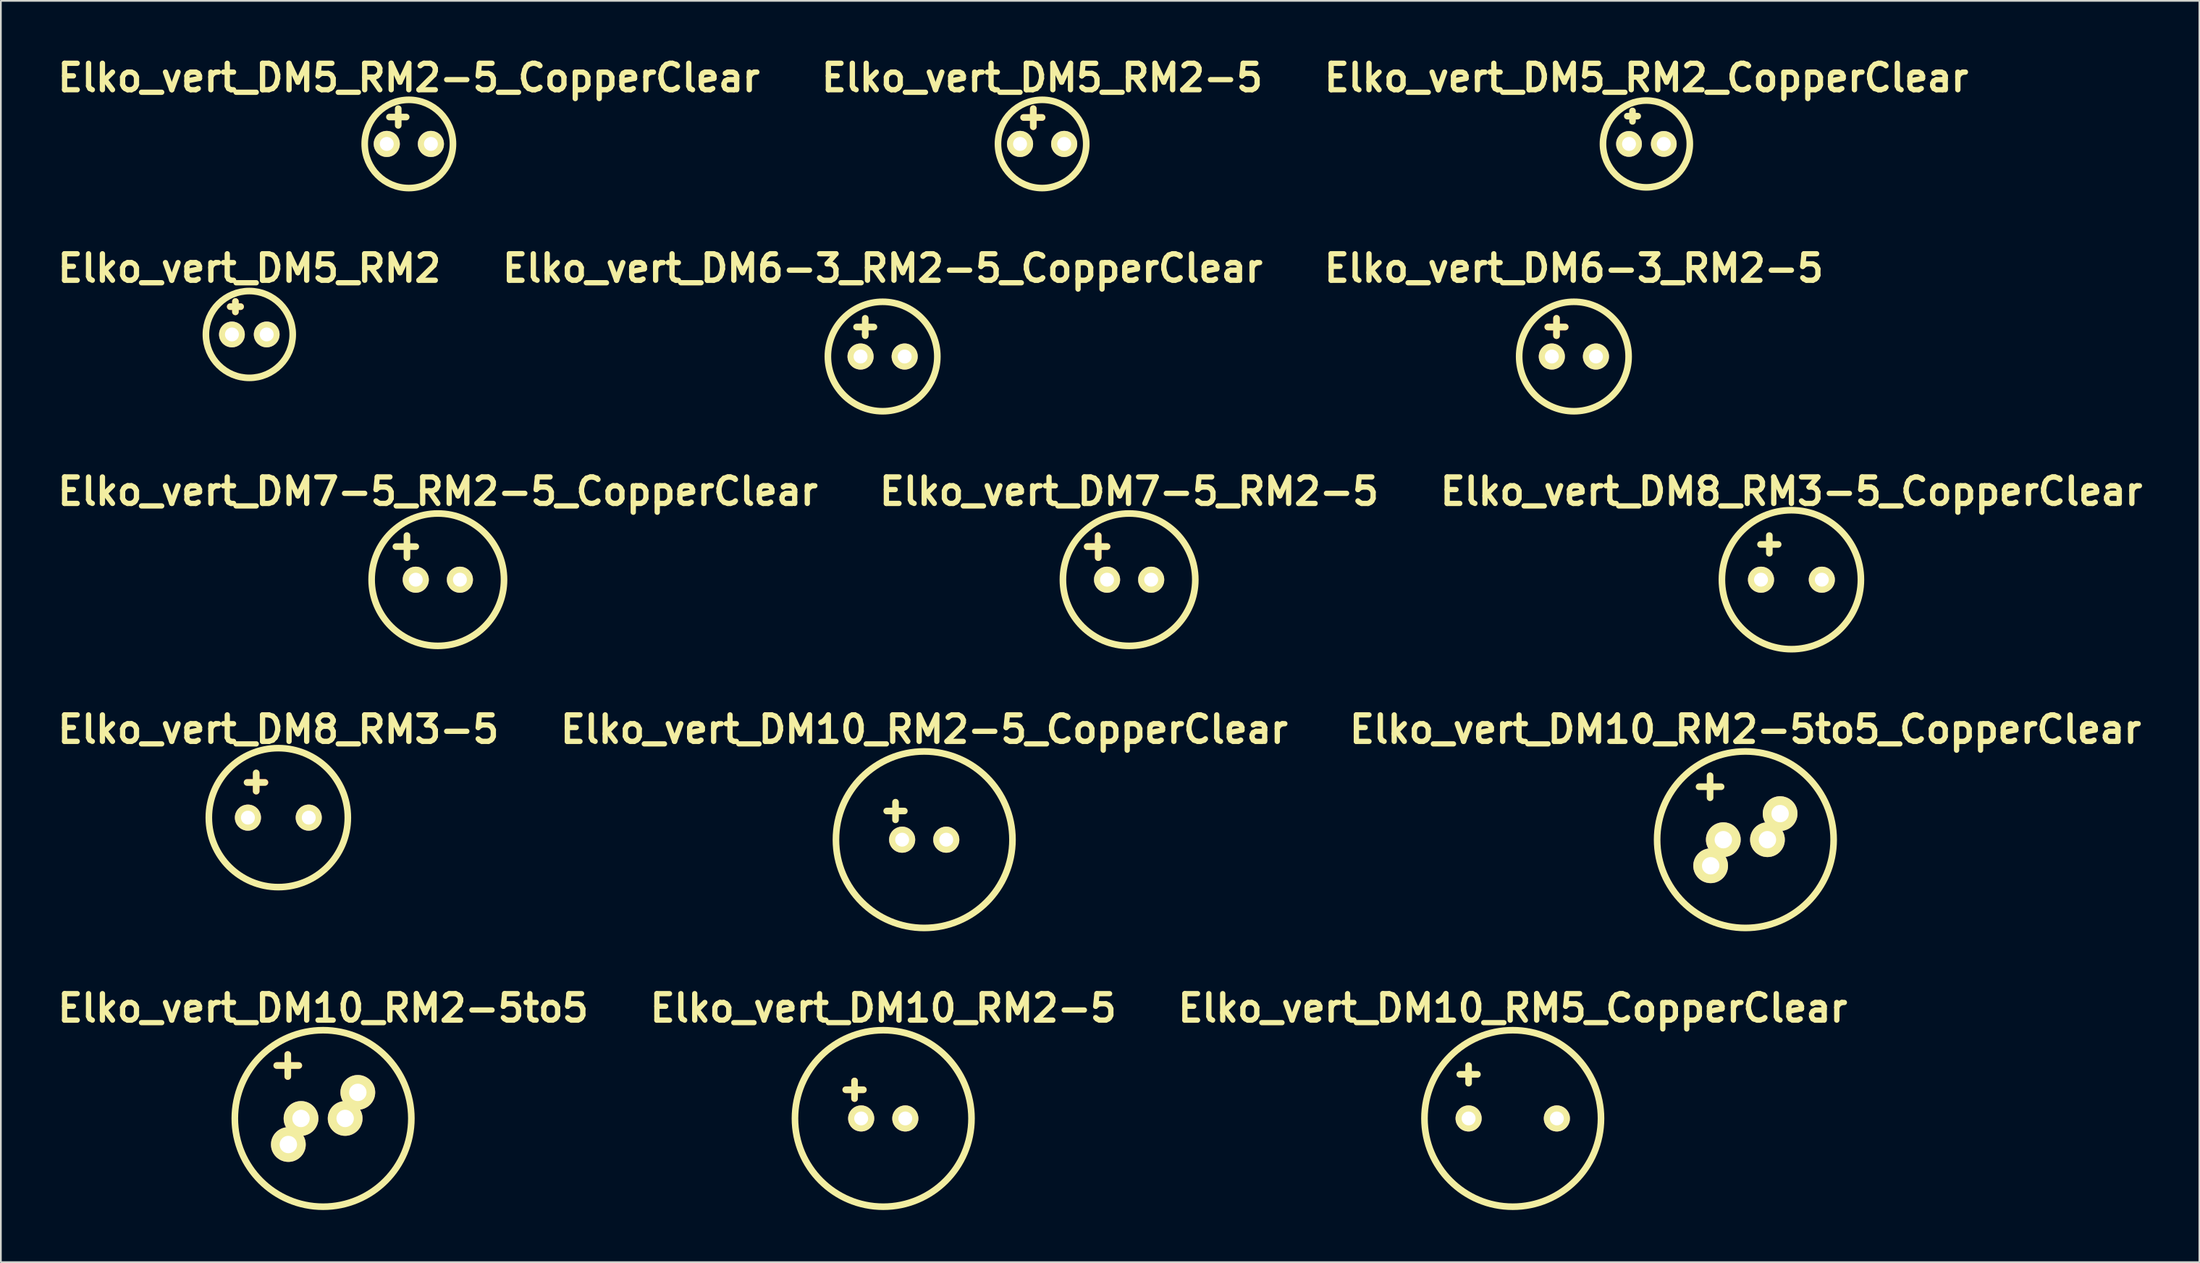
<source format=kicad_pcb>
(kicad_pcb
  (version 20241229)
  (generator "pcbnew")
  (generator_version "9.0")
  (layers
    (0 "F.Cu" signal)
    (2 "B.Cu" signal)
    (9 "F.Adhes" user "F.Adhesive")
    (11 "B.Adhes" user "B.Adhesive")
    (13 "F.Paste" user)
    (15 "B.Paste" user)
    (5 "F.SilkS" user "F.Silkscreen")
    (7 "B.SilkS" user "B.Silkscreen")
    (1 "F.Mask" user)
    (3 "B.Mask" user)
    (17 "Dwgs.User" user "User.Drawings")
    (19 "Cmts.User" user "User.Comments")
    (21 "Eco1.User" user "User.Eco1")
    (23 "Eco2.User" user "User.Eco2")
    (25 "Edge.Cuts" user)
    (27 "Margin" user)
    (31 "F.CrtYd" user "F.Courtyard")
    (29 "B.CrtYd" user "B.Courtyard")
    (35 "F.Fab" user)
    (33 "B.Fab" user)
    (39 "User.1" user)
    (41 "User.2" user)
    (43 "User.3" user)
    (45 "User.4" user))
  (footprint "Elko_vert_DM10_RM2-5to5_CopperClear"
    (layer "F.Cu")
    (at 97.404 45.287)
    (property "Reference" "Elko_vert_DM10_RM2-5to5_CopperClear" (at 0 -6.35 0) (layer "F.SilkS") (effects (font (size 1.524 1.524) (thickness 0.305))))
    (attr through_hole)
    (fp_line (start -2.667 -3.048) (end -1.397 -3.048) (stroke (width 0.381) (type solid)) (layer "F.SilkS"))
    (fp_line (start -2.032 -3.683) (end -2.032 -2.413) (stroke (width 0.381) (type solid)) (layer "F.SilkS"))
    (fp_circle (center 0 0) (end 5.08 0) (stroke (width 0.381) (type solid)) (fill no) (layer "F.SilkS"))
    (pad "1" thru_hole circle (at -1.999 1.501) (size 1.999 1.999) (drill 1.001) (layers "*.Cu" "*.Mask" "F.SilkS"))
    (pad "1" thru_hole circle (at -1.27 0) (size 1.999 1.999) (drill 1.001) (layers "*.Cu" "*.Mask" "F.SilkS"))
    (pad "2" thru_hole circle (at 1.27 0) (size 1.999 1.999) (drill 1.001) (layers "*.Cu" "*.Mask" "F.SilkS"))
    (pad "2" thru_hole circle (at 1.999 -1.501) (size 1.999 1.999) (drill 1.001) (layers "*.Cu" "*.Mask" "F.SilkS")))
  (footprint "Elko_vert_DM8_RM3-5_CopperClear"
    (layer "F.Cu")
    (at 100.053 30.32)
    (property "Reference" "Elko_vert_DM8_RM3-5_CopperClear" (at 0 -5.08 0) (layer "F.SilkS") (effects (font (size 1.524 1.524) (thickness 0.305))))
    (attr through_hole)
    (fp_line (start -1.778 -2.032) (end -0.762 -2.032) (stroke (width 0.381) (type solid)) (layer "F.SilkS"))
    (fp_line (start -1.27 -2.54) (end -1.27 -1.524) (stroke (width 0.381) (type solid)) (layer "F.SilkS"))
    (fp_circle (center 0 0) (end 4 0) (stroke (width 0.381) (type solid)) (fill no) (layer "F.SilkS"))
    (pad "1" thru_hole circle (at -1.75 0) (size 1.501 1.501) (drill 0.8) (layers "*.Cu" "*.Mask" "F.SilkS"))
    (pad "2" thru_hole circle (at 1.75 0) (size 1.501 1.501) (drill 0.8) (layers "*.Cu" "*.Mask" "F.SilkS")))
  (footprint "Elko_vert_DM10_RM2-5to5"
    (layer "F.Cu")
    (at 15.545 61.334)
    (property "Reference" "Elko_vert_DM10_RM2-5to5" (at 0 -6.35 0) (layer "F.SilkS") (effects (font (size 1.524 1.524) (thickness 0.305))))
    (attr through_hole)
    (fp_line (start -2.667 -3.048) (end -1.397 -3.048) (stroke (width 0.381) (type solid)) (layer "F.Cu"))
    (fp_line (start -2.032 -3.683) (end -2.032 -2.413) (stroke (width 0.381) (type solid)) (layer "F.Cu"))
    (fp_line (start -2.667 -3.048) (end -1.397 -3.048) (stroke (width 0.381) (type solid)) (layer "F.SilkS"))
    (fp_line (start -2.032 -3.683) (end -2.032 -2.413) (stroke (width 0.381) (type solid)) (layer "F.SilkS"))
    (fp_circle (center 0 0) (end 5.08 0) (stroke (width 0.381) (type solid)) (fill no) (layer "F.SilkS"))
    (pad "1" thru_hole circle (at -1.999 1.501) (size 1.999 1.999) (drill 1.001) (layers "*.Cu" "*.Mask" "F.SilkS"))
    (pad "1" thru_hole circle (at -1.27 0) (size 1.999 1.999) (drill 1.001) (layers "*.Cu" "*.Mask" "F.SilkS"))
    (pad "2" thru_hole circle (at 1.27 0) (size 1.999 1.999) (drill 1.001) (layers "*.Cu" "*.Mask" "F.SilkS"))
    (pad "2" thru_hole circle (at 1.999 -1.501) (size 1.999 1.999) (drill 1.001) (layers "*.Cu" "*.Mask" "F.SilkS")))
  (footprint "Elko_vert_DM6-3_RM2-5_CopperClear"
    (layer "F.Cu")
    (at 47.748 17.473)
    (property "Reference" "Elko_vert_DM6-3_RM2-5_CopperClear" (at 0 -5.08 0) (layer "F.SilkS") (effects (font (size 1.524 1.524) (thickness 0.305))))
    (attr through_hole)
    (fp_line (start -1.501 -1.699) (end -1.001 -1.699) (stroke (width 0.381) (type solid)) (layer "F.SilkS"))
    (fp_line (start -1.001 -1.699) (end -1.001 -2.2) (stroke (width 0.381) (type solid)) (layer "F.SilkS"))
    (fp_line (start -1.001 -1.699) (end -1.001 -1.3) (stroke (width 0.381) (type solid)) (layer "F.SilkS"))
    (fp_line (start -1.001 -1.699) (end -0.5 -1.699) (stroke (width 0.381) (type solid)) (layer "F.SilkS"))
    (fp_line (start -1.001 -1.3) (end -1.001 -1.199) (stroke (width 0.381) (type solid)) (layer "F.SilkS"))
    (fp_circle (center 0 0) (end 3.15 0) (stroke (width 0.381) (type solid)) (fill no) (layer "F.SilkS"))
    (pad "1" thru_hole circle (at -1.27 0) (size 1.501 1.501) (drill 0.8) (layers "*.Cu" "*.Mask" "F.SilkS"))
    (pad "2" thru_hole circle (at 1.27 0) (size 1.501 1.501) (drill 0.8) (layers "*.Cu" "*.Mask" "F.SilkS")))
  (footprint "Elko_vert_DM5_RM2-5"
    (layer "F.Cu")
    (at 56.928 5.236)
    (property "Reference" "Elko_vert_DM5_RM2-5" (at 0 -3.81 0) (layer "F.SilkS") (effects (font (size 1.524 1.524) (thickness 0.305))))
    (attr through_hole)
    (fp_line (start -1.067 -1.524) (end 0 -1.524) (stroke (width 0.381) (type solid)) (layer "F.Cu"))
    (fp_line (start -0.508 -2.032) (end -0.508 -0.991) (stroke (width 0.381) (type solid)) (layer "F.Cu"))
    (fp_line (start -0.508 -2.032) (end -0.508 -0.991) (stroke (width 0.381) (type solid)) (layer "F.SilkS"))
    (fp_line (start 0 -1.524) (end -1.067 -1.524) (stroke (width 0.381) (type solid)) (layer "F.SilkS"))
    (fp_circle (center 0 0) (end 2.54 0) (stroke (width 0.381) (type solid)) (fill no) (layer "F.SilkS"))
    (pad "1" thru_hole circle (at -1.27 0) (size 1.501 1.501) (drill 0.8) (layers "*.Cu" "*.Mask" "F.SilkS"))
    (pad "2" thru_hole circle (at 1.27 0) (size 1.501 1.501) (drill 0.8) (layers "*.Cu" "*.Mask" "F.SilkS")))
  (footprint "Elko_vert_DM7-5_RM2-5"
    (layer "F.Cu")
    (at 61.935 30.32)
    (property "Reference" "Elko_vert_DM7-5_RM2-5" (at 0 -5.08 0) (layer "F.SilkS") (effects (font (size 1.524 1.524) (thickness 0.305))))
    (attr through_hole)
    (fp_line (start -2.413 -1.905) (end -1.27 -1.905) (stroke (width 0.381) (type solid)) (layer "F.Cu"))
    (fp_line (start -1.778 -2.54) (end -1.778 -1.27) (stroke (width 0.381) (type solid)) (layer "F.Cu"))
    (fp_line (start -2.413 -1.905) (end -1.27 -1.905) (stroke (width 0.381) (type solid)) (layer "F.SilkS"))
    (fp_line (start -1.778 -2.54) (end -1.778 -1.27) (stroke (width 0.381) (type solid)) (layer "F.SilkS"))
    (fp_circle (center 0 0) (end 3.81 0) (stroke (width 0.381) (type solid)) (fill no) (layer "F.SilkS"))
    (pad "1" thru_hole circle (at -1.27 0) (size 1.501 1.501) (drill 0.8) (layers "*.Cu" "*.Mask" "F.SilkS"))
    (pad "2" thru_hole circle (at 1.27 0) (size 1.501 1.501) (drill 0.8) (layers "*.Cu" "*.Mask" "F.SilkS")))
  (footprint "Elko_vert_DM5_RM2"
    (layer "F.Cu")
    (at 11.299 16.203)
    (property "Reference" "Elko_vert_DM5_RM2" (at 0 -3.81 0) (layer "F.SilkS") (effects (font (size 1.524 1.524) (thickness 0.305))))
    (attr through_hole)
    (fp_line (start -1.1 -1.6) (end -0.8 -1.6) (stroke (width 0.381) (type solid)) (layer "F.Cu"))
    (fp_line (start -0.8 -1.6) (end -0.8 -1.9) (stroke (width 0.381) (type solid)) (layer "F.Cu"))
    (fp_line (start -0.8 -1.6) (end -0.8 -1.3) (stroke (width 0.381) (type solid)) (layer "F.Cu"))
    (fp_line (start -0.8 -1.6) (end -0.5 -1.6) (stroke (width 0.381) (type solid)) (layer "F.Cu"))
    (fp_line (start -1.1 -1.6) (end -0.5 -1.6) (stroke (width 0.381) (type solid)) (layer "F.SilkS"))
    (fp_line (start -0.8 -1.9) (end -0.8 -1.3) (stroke (width 0.381) (type solid)) (layer "F.SilkS"))
    (fp_circle (center 0 0) (end 2.499 0) (stroke (width 0.381) (type solid)) (fill no) (layer "F.SilkS"))
    (pad "1" thru_hole circle (at -1.001 0) (size 1.481 1.481) (drill 0.8) (layers "*.Cu" "*.Mask" "F.SilkS"))
    (pad "2" thru_hole circle (at 1.001 0) (size 1.481 1.481) (drill 0.8) (layers "*.Cu" "*.Mask" "F.SilkS")))
  (footprint "Elko_vert_DM10_RM2-5"
    (layer "F.Cu")
    (at 47.784 61.334)
    (property "Reference" "Elko_vert_DM10_RM2-5" (at 0 -6.35 0) (layer "F.SilkS") (effects (font (size 1.524 1.524) (thickness 0.305))))
    (attr through_hole)
    (fp_line (start -2.159 -1.651) (end -1.143 -1.651) (stroke (width 0.381) (type solid)) (layer "F.Cu"))
    (fp_line (start -1.651 -2.159) (end -1.651 -1.143) (stroke (width 0.381) (type solid)) (layer "F.Cu"))
    (fp_line (start -2.159 -1.651) (end -1.143 -1.651) (stroke (width 0.381) (type solid)) (layer "F.SilkS"))
    (fp_line (start -1.651 -2.159) (end -1.651 -1.143) (stroke (width 0.381) (type solid)) (layer "F.SilkS"))
    (fp_circle (center 0 0) (end 5.08 0) (stroke (width 0.381) (type solid)) (fill no) (layer "F.SilkS"))
    (pad "1" thru_hole circle (at -1.27 0) (size 1.501 1.501) (drill 0.8) (layers "*.Cu" "*.Mask" "F.SilkS"))
    (pad "2" thru_hole circle (at 1.27 0) (size 1.501 1.501) (drill 0.8) (layers "*.Cu" "*.Mask" "F.SilkS")))
  (footprint "Elko_vert_DM10_RM5_CopperClear"
    (layer "F.Cu")
    (at 84.014 61.334)
    (property "Reference" "Elko_vert_DM10_RM5_CopperClear" (at 0 -6.35 0) (layer "F.SilkS") (effects (font (size 1.524 1.524) (thickness 0.305))))
    (attr through_hole)
    (fp_line (start -3.048 -2.54) (end -2.032 -2.54) (stroke (width 0.381) (type solid)) (layer "F.SilkS"))
    (fp_line (start -2.54 -3.048) (end -2.54 -2.032) (stroke (width 0.381) (type solid)) (layer "F.SilkS"))
    (fp_circle (center 0 0) (end 5.08 0) (stroke (width 0.381) (type solid)) (fill no) (layer "F.SilkS"))
    (pad "1" thru_hole circle (at -2.54 0) (size 1.501 1.501) (drill 0.8) (layers "*.Cu" "*.Mask" "F.SilkS"))
    (pad "2" thru_hole circle (at 2.54 0) (size 1.501 1.501) (drill 0.8) (layers "*.Cu" "*.Mask" "F.SilkS")))
  (footprint "Elko_vert_DM8_RM3-5"
    (layer "F.Cu")
    (at 12.969 44.017)
    (property "Reference" "Elko_vert_DM8_RM3-5" (at 0 -5.08 0) (layer "F.SilkS") (effects (font (size 1.524 1.524) (thickness 0.305))))
    (attr through_hole)
    (fp_line (start -1.778 -2.032) (end -0.762 -2.032) (stroke (width 0.381) (type solid)) (layer "F.Cu"))
    (fp_line (start -1.27 -2.54) (end -1.27 -1.524) (stroke (width 0.381) (type solid)) (layer "F.Cu"))
    (fp_line (start -1.801 -2.024) (end -0.775 -2.024) (stroke (width 0.381) (type solid)) (layer "F.SilkS"))
    (fp_line (start -1.275 -2.576) (end -1.275 -1.524) (stroke (width 0.381) (type solid)) (layer "F.SilkS"))
    (fp_circle (center 0 0) (end 4 0) (stroke (width 0.381) (type solid)) (fill no) (layer "F.SilkS"))
    (pad "1" thru_hole circle (at -1.75 0) (size 1.501 1.501) (drill 0.8) (layers "*.Cu" "*.Mask" "F.SilkS"))
    (pad "2" thru_hole circle (at 1.75 0) (size 1.501 1.501) (drill 0.8) (layers "*.Cu" "*.Mask" "F.SilkS")))
  (footprint "Elko_vert_DM6-3_RM2-5"
    (layer "F.Cu")
    (at 87.534 17.473)
    (property "Reference" "Elko_vert_DM6-3_RM2-5" (at 0 -5.08 0) (layer "F.SilkS") (effects (font (size 1.524 1.524) (thickness 0.305))))
    (attr through_hole)
    (fp_line (start -1.501 -1.699) (end -1.001 -1.699) (stroke (width 0.381) (type solid)) (layer "F.Cu"))
    (fp_line (start -1.001 -1.699) (end -1.001 -2.2) (stroke (width 0.381) (type solid)) (layer "F.Cu"))
    (fp_line (start -1.001 -1.699) (end -1.001 -1.3) (stroke (width 0.381) (type solid)) (layer "F.Cu"))
    (fp_line (start -1.001 -1.699) (end -0.5 -1.699) (stroke (width 0.381) (type solid)) (layer "F.Cu"))
    (fp_line (start -1.001 -1.3) (end -1.001 -1.199) (stroke (width 0.381) (type solid)) (layer "F.Cu"))
    (fp_line (start -1.501 -1.699) (end -0.5 -1.699) (stroke (width 0.381) (type solid)) (layer "F.SilkS"))
    (fp_line (start -1.001 -2.2) (end -1.001 -1.199) (stroke (width 0.381) (type solid)) (layer "F.SilkS"))
    (fp_circle (center 0 0) (end 3.15 0) (stroke (width 0.381) (type solid)) (fill no) (layer "F.SilkS"))
    (pad "1" thru_hole circle (at -1.27 0) (size 1.501 1.501) (drill 0.8) (layers "*.Cu" "*.Mask" "F.SilkS"))
    (pad "2" thru_hole circle (at 1.27 0) (size 1.501 1.501) (drill 0.8) (layers "*.Cu" "*.Mask" "F.SilkS")))
  (footprint "Elko_vert_DM7-5_RM2-5_CopperClear"
    (layer "F.Cu")
    (at 22.149 30.32)
    (property "Reference" "Elko_vert_DM7-5_RM2-5_CopperClear" (at 0 -5.08 0) (layer "F.SilkS") (effects (font (size 1.524 1.524) (thickness 0.305))))
    (attr through_hole)
    (fp_line (start -2.413 -1.905) (end -1.27 -1.905) (stroke (width 0.381) (type solid)) (layer "F.SilkS"))
    (fp_line (start -1.778 -2.54) (end -1.778 -1.27) (stroke (width 0.381) (type solid)) (layer "F.SilkS"))
    (fp_circle (center 0 0) (end 3.81 0) (stroke (width 0.381) (type solid)) (fill no) (layer "F.SilkS"))
    (pad "1" thru_hole circle (at -1.27 0) (size 1.501 1.501) (drill 0.8) (layers "*.Cu" "*.Mask" "F.SilkS"))
    (pad "2" thru_hole circle (at 1.27 0) (size 1.501 1.501) (drill 0.8) (layers "*.Cu" "*.Mask" "F.SilkS")))
  (footprint "Elko_vert_DM10_RM2-5_CopperClear"
    (layer "F.Cu")
    (at 50.142 45.287)
    (property "Reference" "Elko_vert_DM10_RM2-5_CopperClear" (at 0 -6.35 0) (layer "F.SilkS") (effects (font (size 1.524 1.524) (thickness 0.305))))
    (attr through_hole)
    (fp_line (start -2.159 -1.651) (end -1.143 -1.651) (stroke (width 0.381) (type solid)) (layer "F.SilkS"))
    (fp_line (start -1.651 -2.159) (end -1.651 -1.143) (stroke (width 0.381) (type solid)) (layer "F.SilkS"))
    (fp_circle (center 0 0) (end 5.08 0) (stroke (width 0.381) (type solid)) (fill no) (layer "F.SilkS"))
    (pad "1" thru_hole circle (at -1.27 0) (size 1.501 1.501) (drill 0.8) (layers "*.Cu" "*.Mask" "F.SilkS"))
    (pad "2" thru_hole circle (at 1.27 0) (size 1.501 1.501) (drill 0.8) (layers "*.Cu" "*.Mask" "F.SilkS")))
  (footprint "Elko_vert_DM5_RM2_CopperClear"
    (layer "F.Cu")
    (at 91.707 5.236)
    (property "Reference" "Elko_vert_DM5_RM2_CopperClear" (at 0 -3.81 0) (layer "F.SilkS") (effects (font (size 1.524 1.524) (thickness 0.305))))
    (attr through_hole)
    (fp_line (start -1.1 -1.6) (end -0.8 -1.6) (stroke (width 0.381) (type solid)) (layer "F.SilkS"))
    (fp_line (start -0.8 -1.6) (end -0.8 -1.9) (stroke (width 0.381) (type solid)) (layer "F.SilkS"))
    (fp_line (start -0.8 -1.6) (end -0.8 -1.3) (stroke (width 0.381) (type solid)) (layer "F.SilkS"))
    (fp_line (start -0.8 -1.6) (end -0.5 -1.6) (stroke (width 0.381) (type solid)) (layer "F.SilkS"))
    (fp_circle (center 0 0) (end 2.499 0) (stroke (width 0.381) (type solid)) (fill no) (layer "F.SilkS"))
    (pad "1" thru_hole circle (at -1.001 0) (size 1.481 1.481) (drill 0.8) (layers "*.Cu" "*.Mask" "F.SilkS"))
    (pad "2" thru_hole circle (at 1.001 0) (size 1.481 1.481) (drill 0.8) (layers "*.Cu" "*.Mask" "F.SilkS")))
  (footprint "Elko_vert_DM5_RM2-5_CopperClear"
    (layer "F.Cu")
    (at 20.48 5.236)
    (property "Reference" "Elko_vert_DM5_RM2-5_CopperClear" (at 0 -3.81 0) (layer "F.SilkS") (effects (font (size 1.524 1.524) (thickness 0.305))))
    (attr through_hole)
    (fp_line (start -1.118 -1.549) (end -0.152 -1.549) (stroke (width 0.381) (type solid)) (layer "F.SilkS"))
    (fp_line (start -0.61 -2.032) (end -0.61 -1.067) (stroke (width 0.381) (type solid)) (layer "F.SilkS"))
    (fp_circle (center 0 0) (end 2.54 0) (stroke (width 0.381) (type solid)) (fill no) (layer "F.SilkS"))
    (pad "1" thru_hole circle (at -1.27 0) (size 1.501 1.501) (drill 0.8) (layers "*.Cu" "*.Mask" "F.SilkS"))
    (pad "2" thru_hole circle (at 1.27 0) (size 1.501 1.501) (drill 0.8) (layers "*.Cu" "*.Mask" "F.SilkS")))
  (gr_rect
    (start -3 -3)
    (end 123.532 69.605)
    (stroke (width 0.1) (type default))
    (fill no)
    (layer "Edge.Cuts")))
</source>
